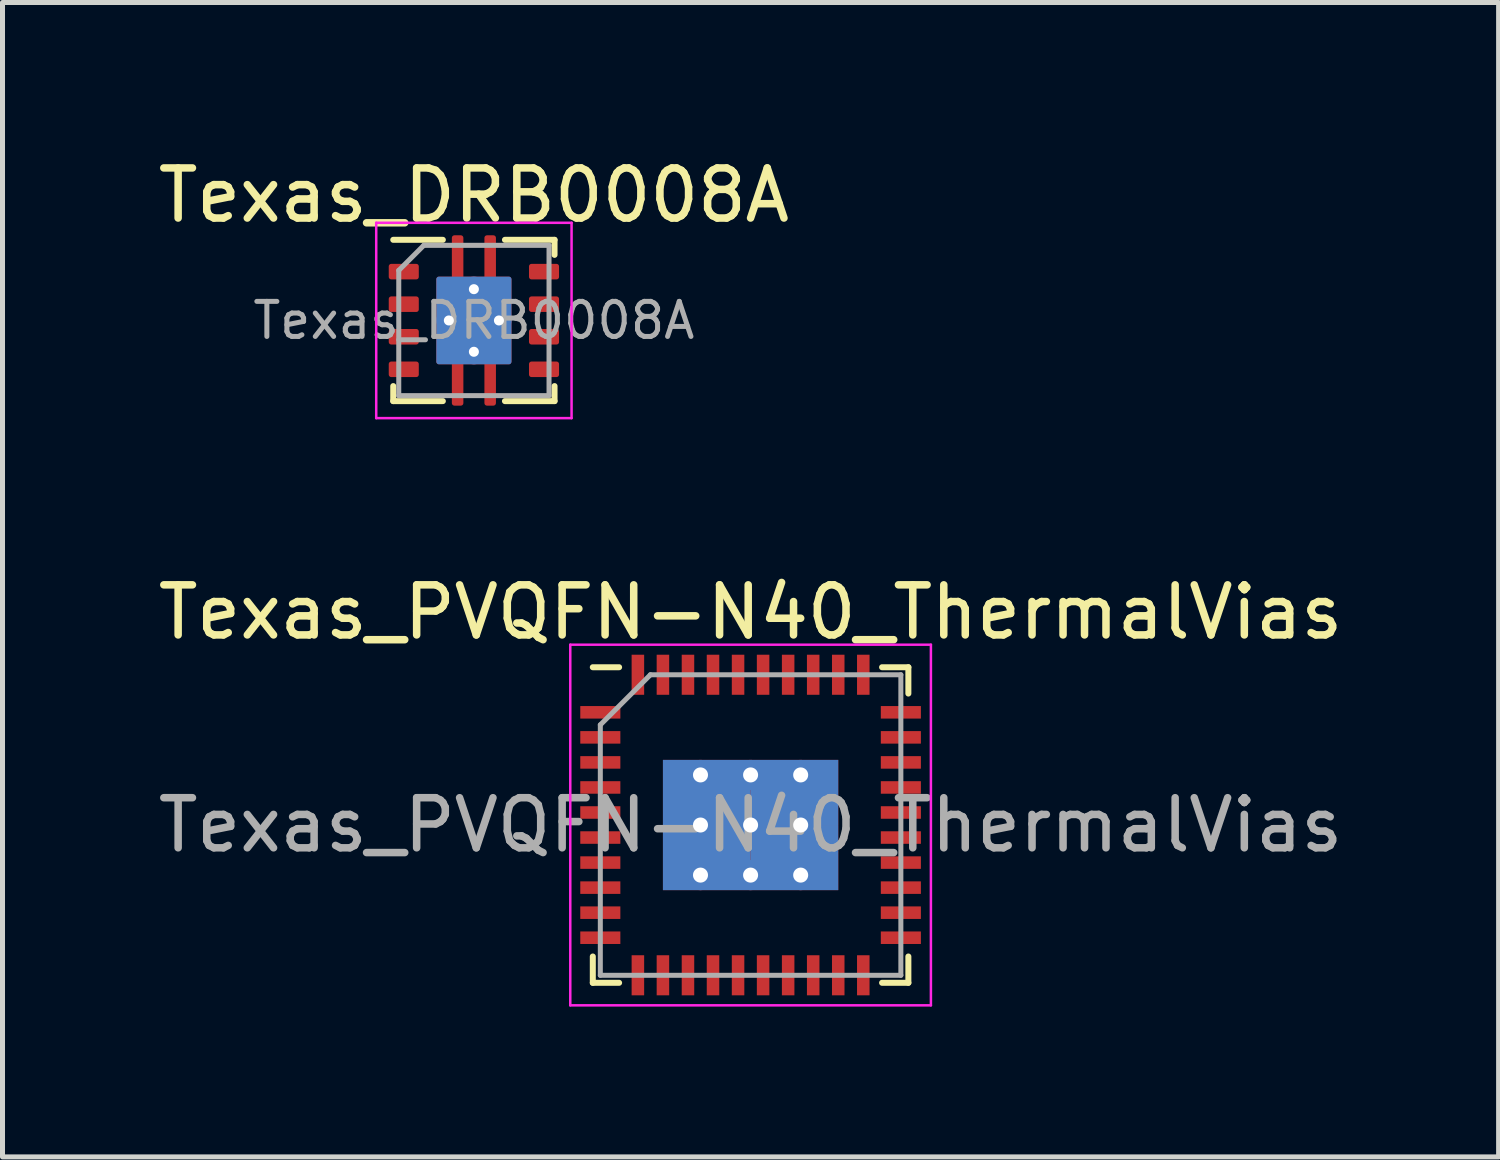
<source format=kicad_pcb>
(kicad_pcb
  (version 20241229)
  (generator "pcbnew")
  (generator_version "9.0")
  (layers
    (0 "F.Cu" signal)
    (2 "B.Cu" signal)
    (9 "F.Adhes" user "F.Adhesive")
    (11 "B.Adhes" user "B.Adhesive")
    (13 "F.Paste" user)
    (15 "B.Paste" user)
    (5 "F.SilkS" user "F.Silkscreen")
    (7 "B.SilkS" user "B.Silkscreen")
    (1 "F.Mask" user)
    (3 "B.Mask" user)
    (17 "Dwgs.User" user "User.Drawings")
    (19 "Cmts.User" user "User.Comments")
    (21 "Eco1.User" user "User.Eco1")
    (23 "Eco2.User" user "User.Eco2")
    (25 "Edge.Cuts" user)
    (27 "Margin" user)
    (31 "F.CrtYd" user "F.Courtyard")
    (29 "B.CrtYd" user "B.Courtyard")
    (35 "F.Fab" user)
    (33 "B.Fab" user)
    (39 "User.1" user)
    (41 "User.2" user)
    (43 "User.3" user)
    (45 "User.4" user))
  (footprint "Texas_DRB0008A"
    (layer "F.Cu")
    (at 6.411 3.348)
    (property "Reference" "Texas_DRB0008A" (at 0 -2.5 0) (layer "F.SilkS") (effects (font (size 1 1) (thickness 0.15))))
    (attr smd)
    (fp_line (start -1.61 -1.61) (end -0.62 -1.61) (stroke (width 0.12) (type solid)) (layer "F.SilkS"))
    (fp_line (start -1.61 1.61) (end -1.61 1.31) (stroke (width 0.12) (type solid)) (layer "F.SilkS"))
    (fp_line (start -1.61 1.61) (end -0.62 1.61) (stroke (width 0.12) (type solid)) (layer "F.SilkS"))
    (fp_line (start 0.62 -1.61) (end 1.61 -1.61) (stroke (width 0.12) (type solid)) (layer "F.SilkS"))
    (fp_line (start 0.62 1.61) (end 1.61 1.61) (stroke (width 0.12) (type solid)) (layer "F.SilkS"))
    (fp_line (start 1.61 -1.61) (end 1.61 -1.31) (stroke (width 0.12) (type solid)) (layer "F.SilkS"))
    (fp_line (start 1.61 1.61) (end 1.61 1.31) (stroke (width 0.12) (type solid)) (layer "F.SilkS"))
    (fp_line (start -1.95 -1.95) (end -1.95 1.95) (stroke (width 0.05) (type solid)) (layer "F.CrtYd"))
    (fp_line (start -1.95 -1.95) (end 1.95 -1.95) (stroke (width 0.05) (type solid)) (layer "F.CrtYd"))
    (fp_line (start -1.95 1.95) (end 1.95 1.95) (stroke (width 0.05) (type solid)) (layer "F.CrtYd"))
    (fp_line (start 1.95 -1.95) (end 1.95 1.95) (stroke (width 0.05) (type solid)) (layer "F.CrtYd"))
    (fp_line (start -1.5 -1) (end -1.5 1.5) (stroke (width 0.1) (type solid)) (layer "F.Fab"))
    (fp_line (start -1.5 -1) (end -1 -1.5) (stroke (width 0.1) (type solid)) (layer "F.Fab"))
    (fp_line (start -1.5 1.5) (end 1.5 1.5) (stroke (width 0.1) (type solid)) (layer "F.Fab"))
    (fp_line (start -1 -1.5) (end 1.5 -1.5) (stroke (width 0.1) (type solid)) (layer "F.Fab"))
    (fp_line (start 1.5 -1.5) (end 1.5 1.5) (stroke (width 0.1) (type solid)) (layer "F.Fab"))
    (fp_text user "${REFERENCE}" (at 0 0 0) (layer "F.Fab") (effects (font (size 0.7 0.7) (thickness 0.1))))
    (pad "" smd roundrect (at -0.325 -1.337) (size 0.23 0.725) (layers "F.Paste") (roundrect_rratio 0.22))
    (pad "" smd roundrect (at -0.325 1.337) (size 0.23 0.725) (layers "F.Paste") (roundrect_rratio 0.22))
    (pad "" smd roundrect (at 0 0) (size 1.34 1.55) (layers "F.Paste") (roundrect_rratio 0.038))
    (pad "" smd roundrect (at 0.325 -1.337) (size 0.23 0.725) (layers "F.Paste") (roundrect_rratio 0.22))
    (pad "" smd roundrect (at 0.325 1.337) (size 0.23 0.725) (layers "F.Paste") (roundrect_rratio 0.22))
    (pad "1" smd roundrect (at -1.4 -0.975) (size 0.6 0.31) (layers "F.Cu" "F.Mask" "F.Paste") (roundrect_rratio 0.16))
    (pad "2" smd roundrect (at -1.4 -0.325) (size 0.6 0.31) (layers "F.Cu" "F.Mask" "F.Paste") (roundrect_rratio 0.16))
    (pad "3" smd roundrect (at -1.4 0.325) (size 0.6 0.31) (layers "F.Cu" "F.Mask" "F.Paste") (roundrect_rratio 0.16))
    (pad "4" smd roundrect (at -1.4 0.975) (size 0.6 0.31) (layers "F.Cu" "F.Mask" "F.Paste") (roundrect_rratio 0.16))
    (pad "5" smd roundrect (at 1.4 0.975) (size 0.6 0.31) (layers "F.Cu" "F.Mask" "F.Paste") (roundrect_rratio 0.16))
    (pad "6" smd roundrect (at 1.4 0.325) (size 0.6 0.31) (layers "F.Cu" "F.Mask" "F.Paste") (roundrect_rratio 0.16))
    (pad "7" smd roundrect (at 1.4 -0.325) (size 0.6 0.31) (layers "F.Cu" "F.Mask" "F.Paste") (roundrect_rratio 0.16))
    (pad "8" smd roundrect (at 1.4 -0.975) (size 0.6 0.31) (layers "F.Cu" "F.Mask" "F.Paste") (roundrect_rratio 0.16))
    (pad "9" thru_hole circle (at -0.5 0) (size 0.5 0.5) (drill 0.2) (layers "*.Cu"))
    (pad "9" smd roundrect (at -0.325 -1.188) (size 0.23 1.025) (layers "F.Cu" "F.Mask") (roundrect_rratio 0.22))
    (pad "9" smd roundrect (at -0.325 1.188) (size 0.23 1.025) (layers "F.Cu" "F.Mask") (roundrect_rratio 0.22))
    (pad "9" thru_hole circle (at 0 -0.625) (size 0.5 0.5) (drill 0.2) (layers "*.Cu"))
    (pad "9" smd roundrect (at 0 0) (size 1.5 1.75) (layers "F.Cu" "F.Mask") (roundrect_rratio 0.034))
    (pad "9" smd roundrect (at 0 0) (size 1.5 1.75) (layers "B.Cu") (roundrect_rratio 0.034))
    (pad "9" thru_hole circle (at 0 0.625) (size 0.5 0.5) (drill 0.2) (layers "*.Cu"))
    (pad "9" smd roundrect (at 0.325 -1.188) (size 0.23 1.025) (layers "F.Cu" "F.Mask") (roundrect_rratio 0.22))
    (pad "9" smd roundrect (at 0.325 1.188) (size 0.23 1.025) (layers "F.Cu" "F.Mask") (roundrect_rratio 0.22))
    (pad "9" thru_hole circle (at 0.5 0) (size 0.5 0.5) (drill 0.2) (layers "*.Cu")))
  (footprint "Texas_PVQFN-N40_ThermalVias"
    (layer "F.Cu")
    (at 11.935 13.421)
    (property "Reference" "Texas_PVQFN-N40_ThermalVias" (at 0 -4.25 0) (layer "F.SilkS") (effects (font (size 1 1) (thickness 0.15))))
    (attr smd)
    (fp_line (start -3.15 -3.15) (end -2.625 -3.15) (stroke (width 0.12) (type solid)) (layer "F.SilkS"))
    (fp_line (start -3.15 3.15) (end -3.15 2.625) (stroke (width 0.12) (type solid)) (layer "F.SilkS"))
    (fp_line (start -3.15 3.15) (end -2.625 3.15) (stroke (width 0.12) (type solid)) (layer "F.SilkS"))
    (fp_line (start 3.15 -3.15) (end 2.625 -3.15) (stroke (width 0.12) (type solid)) (layer "F.SilkS"))
    (fp_line (start 3.15 -3.15) (end 3.15 -2.625) (stroke (width 0.12) (type solid)) (layer "F.SilkS"))
    (fp_line (start 3.15 3.15) (end 2.625 3.15) (stroke (width 0.12) (type solid)) (layer "F.SilkS"))
    (fp_line (start 3.15 3.15) (end 3.15 2.625) (stroke (width 0.12) (type solid)) (layer "F.SilkS"))
    (fp_line (start -3.6 -3.6) (end -3.6 3.6) (stroke (width 0.05) (type solid)) (layer "F.CrtYd"))
    (fp_line (start -3.6 -3.6) (end 3.6 -3.6) (stroke (width 0.05) (type solid)) (layer "F.CrtYd"))
    (fp_line (start -3.6 3.6) (end 3.6 3.6) (stroke (width 0.05) (type solid)) (layer "F.CrtYd"))
    (fp_line (start 3.6 -3.6) (end 3.6 3.6) (stroke (width 0.05) (type solid)) (layer "F.CrtYd"))
    (fp_line (start -3 3) (end -3 -2) (stroke (width 0.1) (type solid)) (layer "F.Fab"))
    (fp_line (start -2 -3) (end -3 -2) (stroke (width 0.1) (type solid)) (layer "F.Fab"))
    (fp_line (start -2 -3) (end 3 -3) (stroke (width 0.1) (type solid)) (layer "F.Fab"))
    (fp_line (start 3 -3) (end 3 3) (stroke (width 0.1) (type solid)) (layer "F.Fab"))
    (fp_line (start 3 3) (end -3 3) (stroke (width 0.1) (type solid)) (layer "F.Fab"))
    (fp_text user "${REFERENCE}" (at 0 0 0) (layer "F.Fab") (effects (font (size 1 1) (thickness 0.15))))
    (pad "1" smd rect (at -3 -2.25) (size 0.8 0.25) (layers "F.Cu" "F.Mask" "F.Paste"))
    (pad "2" smd rect (at -3 -1.75) (size 0.8 0.25) (layers "F.Cu" "F.Mask" "F.Paste"))
    (pad "3" smd rect (at -3 -1.25) (size 0.8 0.25) (layers "F.Cu" "F.Mask" "F.Paste"))
    (pad "4" smd rect (at -3 -0.75) (size 0.8 0.25) (layers "F.Cu" "F.Mask" "F.Paste"))
    (pad "5" smd rect (at -3 -0.25) (size 0.8 0.25) (layers "F.Cu" "F.Mask" "F.Paste"))
    (pad "6" smd rect (at -3 0.25) (size 0.8 0.25) (layers "F.Cu" "F.Mask" "F.Paste"))
    (pad "7" smd rect (at -3 0.75) (size 0.8 0.25) (layers "F.Cu" "F.Mask" "F.Paste"))
    (pad "8" smd rect (at -3 1.25) (size 0.8 0.25) (layers "F.Cu" "F.Mask" "F.Paste"))
    (pad "9" smd rect (at -3 1.75) (size 0.8 0.25) (layers "F.Cu" "F.Mask" "F.Paste"))
    (pad "10" smd rect (at -3 2.25) (size 0.8 0.25) (layers "F.Cu" "F.Mask" "F.Paste"))
    (pad "11" smd rect (at -2.25 3 90) (size 0.8 0.25) (layers "F.Cu" "F.Mask" "F.Paste"))
    (pad "12" smd rect (at -1.75 3 90) (size 0.8 0.25) (layers "F.Cu" "F.Mask" "F.Paste"))
    (pad "13" smd rect (at -1.25 3 90) (size 0.8 0.25) (layers "F.Cu" "F.Mask" "F.Paste"))
    (pad "14" smd rect (at -0.75 3 90) (size 0.8 0.25) (layers "F.Cu" "F.Mask" "F.Paste"))
    (pad "15" smd rect (at -0.25 3 90) (size 0.8 0.25) (layers "F.Cu" "F.Mask" "F.Paste"))
    (pad "16" smd rect (at 0.25 3 90) (size 0.8 0.25) (layers "F.Cu" "F.Mask" "F.Paste"))
    (pad "17" smd rect (at 0.75 3 90) (size 0.8 0.25) (layers "F.Cu" "F.Mask" "F.Paste"))
    (pad "18" smd rect (at 1.25 3 90) (size 0.8 0.25) (layers "F.Cu" "F.Mask" "F.Paste"))
    (pad "19" smd rect (at 1.75 3 90) (size 0.8 0.25) (layers "F.Cu" "F.Mask" "F.Paste"))
    (pad "20" smd rect (at 2.25 3 90) (size 0.8 0.25) (layers "F.Cu" "F.Mask" "F.Paste"))
    (pad "21" smd rect (at 3 2.25) (size 0.8 0.25) (layers "F.Cu" "F.Mask" "F.Paste"))
    (pad "22" smd rect (at 3 1.75) (size 0.8 0.25) (layers "F.Cu" "F.Mask" "F.Paste"))
    (pad "23" smd rect (at 3 1.25) (size 0.8 0.25) (layers "F.Cu" "F.Mask" "F.Paste"))
    (pad "24" smd rect (at 3 0.75) (size 0.8 0.25) (layers "F.Cu" "F.Mask" "F.Paste"))
    (pad "25" smd rect (at 3 0.25) (size 0.8 0.25) (layers "F.Cu" "F.Mask" "F.Paste"))
    (pad "26" smd rect (at 3 -0.25) (size 0.8 0.25) (layers "F.Cu" "F.Mask" "F.Paste"))
    (pad "27" smd rect (at 3 -0.75) (size 0.8 0.25) (layers "F.Cu" "F.Mask" "F.Paste"))
    (pad "28" smd rect (at 3 -1.25) (size 0.8 0.25) (layers "F.Cu" "F.Mask" "F.Paste"))
    (pad "29" smd rect (at 3 -1.75) (size 0.8 0.25) (layers "F.Cu" "F.Mask" "F.Paste"))
    (pad "30" smd rect (at 3 -2.25) (size 0.8 0.25) (layers "F.Cu" "F.Mask" "F.Paste"))
    (pad "31" smd rect (at 2.25 -3 90) (size 0.8 0.25) (layers "F.Cu" "F.Mask" "F.Paste"))
    (pad "32" smd rect (at 1.75 -3 90) (size 0.8 0.25) (layers "F.Cu" "F.Mask" "F.Paste"))
    (pad "33" smd rect (at 1.25 -3 90) (size 0.8 0.25) (layers "F.Cu" "F.Mask" "F.Paste"))
    (pad "34" smd rect (at 0.75 -3 90) (size 0.8 0.25) (layers "F.Cu" "F.Mask" "F.Paste"))
    (pad "35" smd rect (at 0.25 -3 90) (size 0.8 0.25) (layers "F.Cu" "F.Mask" "F.Paste"))
    (pad "36" smd rect (at -0.25 -3 90) (size 0.8 0.25) (layers "F.Cu" "F.Mask" "F.Paste"))
    (pad "37" smd rect (at -0.75 -3 90) (size 0.8 0.25) (layers "F.Cu" "F.Mask" "F.Paste"))
    (pad "38" smd rect (at -1.25 -3 90) (size 0.8 0.25) (layers "F.Cu" "F.Mask" "F.Paste"))
    (pad "39" smd rect (at -1.75 -3 90) (size 0.8 0.25) (layers "F.Cu" "F.Mask" "F.Paste"))
    (pad "40" smd rect (at -2.25 -3 90) (size 0.8 0.25) (layers "F.Cu" "F.Mask" "F.Paste"))
    (pad "41" thru_hole circle (at -1 -1) (size 0.6 0.6) (drill 0.3) (layers "*.Cu" "*.Mask"))
    (pad "41" thru_hole circle (at -1 0) (size 0.6 0.6) (drill 0.3) (layers "*.Cu" "*.Mask"))
    (pad "41" thru_hole circle (at -1 1) (size 0.6 0.6) (drill 0.3) (layers "*.Cu" "*.Mask"))
    (pad "41" smd rect (at -0.875 -0.65 90) (size 1.3 1.75) (layers "F.Cu" "F.Mask" "F.Paste"))
    (pad "41" smd rect (at -0.875 -0.65 90) (size 1.3 1.75) (layers "B.Cu" "B.Mask"))
    (pad "41" smd rect (at -0.875 0.65 90) (size 1.3 1.75) (layers "F.Cu" "F.Mask" "F.Paste"))
    (pad "41" smd rect (at -0.875 0.65 90) (size 1.3 1.75) (layers "B.Cu" "B.Mask"))
    (pad "41" thru_hole circle (at 0 -1) (size 0.6 0.6) (drill 0.3) (layers "*.Cu" "*.Mask"))
    (pad "41" thru_hole circle (at 0 0) (size 0.6 0.6) (drill 0.3) (layers "*.Cu" "*.Mask"))
    (pad "41" thru_hole circle (at 0 1) (size 0.6 0.6) (drill 0.3) (layers "*.Cu" "*.Mask"))
    (pad "41" smd rect (at 0.875 -0.65 90) (size 1.3 1.75) (layers "F.Cu" "F.Mask" "F.Paste"))
    (pad "41" smd rect (at 0.875 -0.65 90) (size 1.3 1.75) (layers "B.Cu" "B.Mask"))
    (pad "41" smd rect (at 0.875 0.65 90) (size 1.3 1.75) (layers "F.Cu" "F.Mask" "F.Paste"))
    (pad "41" smd rect (at 0.875 0.65 90) (size 1.3 1.75) (layers "B.Cu" "B.Mask"))
    (pad "41" thru_hole circle (at 1 -1) (size 0.6 0.6) (drill 0.3) (layers "*.Cu" "*.Mask"))
    (pad "41" thru_hole circle (at 1 0) (size 0.6 0.6) (drill 0.3) (layers "*.Cu" "*.Mask"))
    (pad "41" thru_hole circle (at 1 1) (size 0.6 0.6) (drill 0.3) (layers "*.Cu" "*.Mask")))
  (gr_rect
    (start -3 -3)
    (end 26.869 20.047)
    (stroke (width 0.1) (type default))
    (fill no)
    (layer "Edge.Cuts")))
</source>
